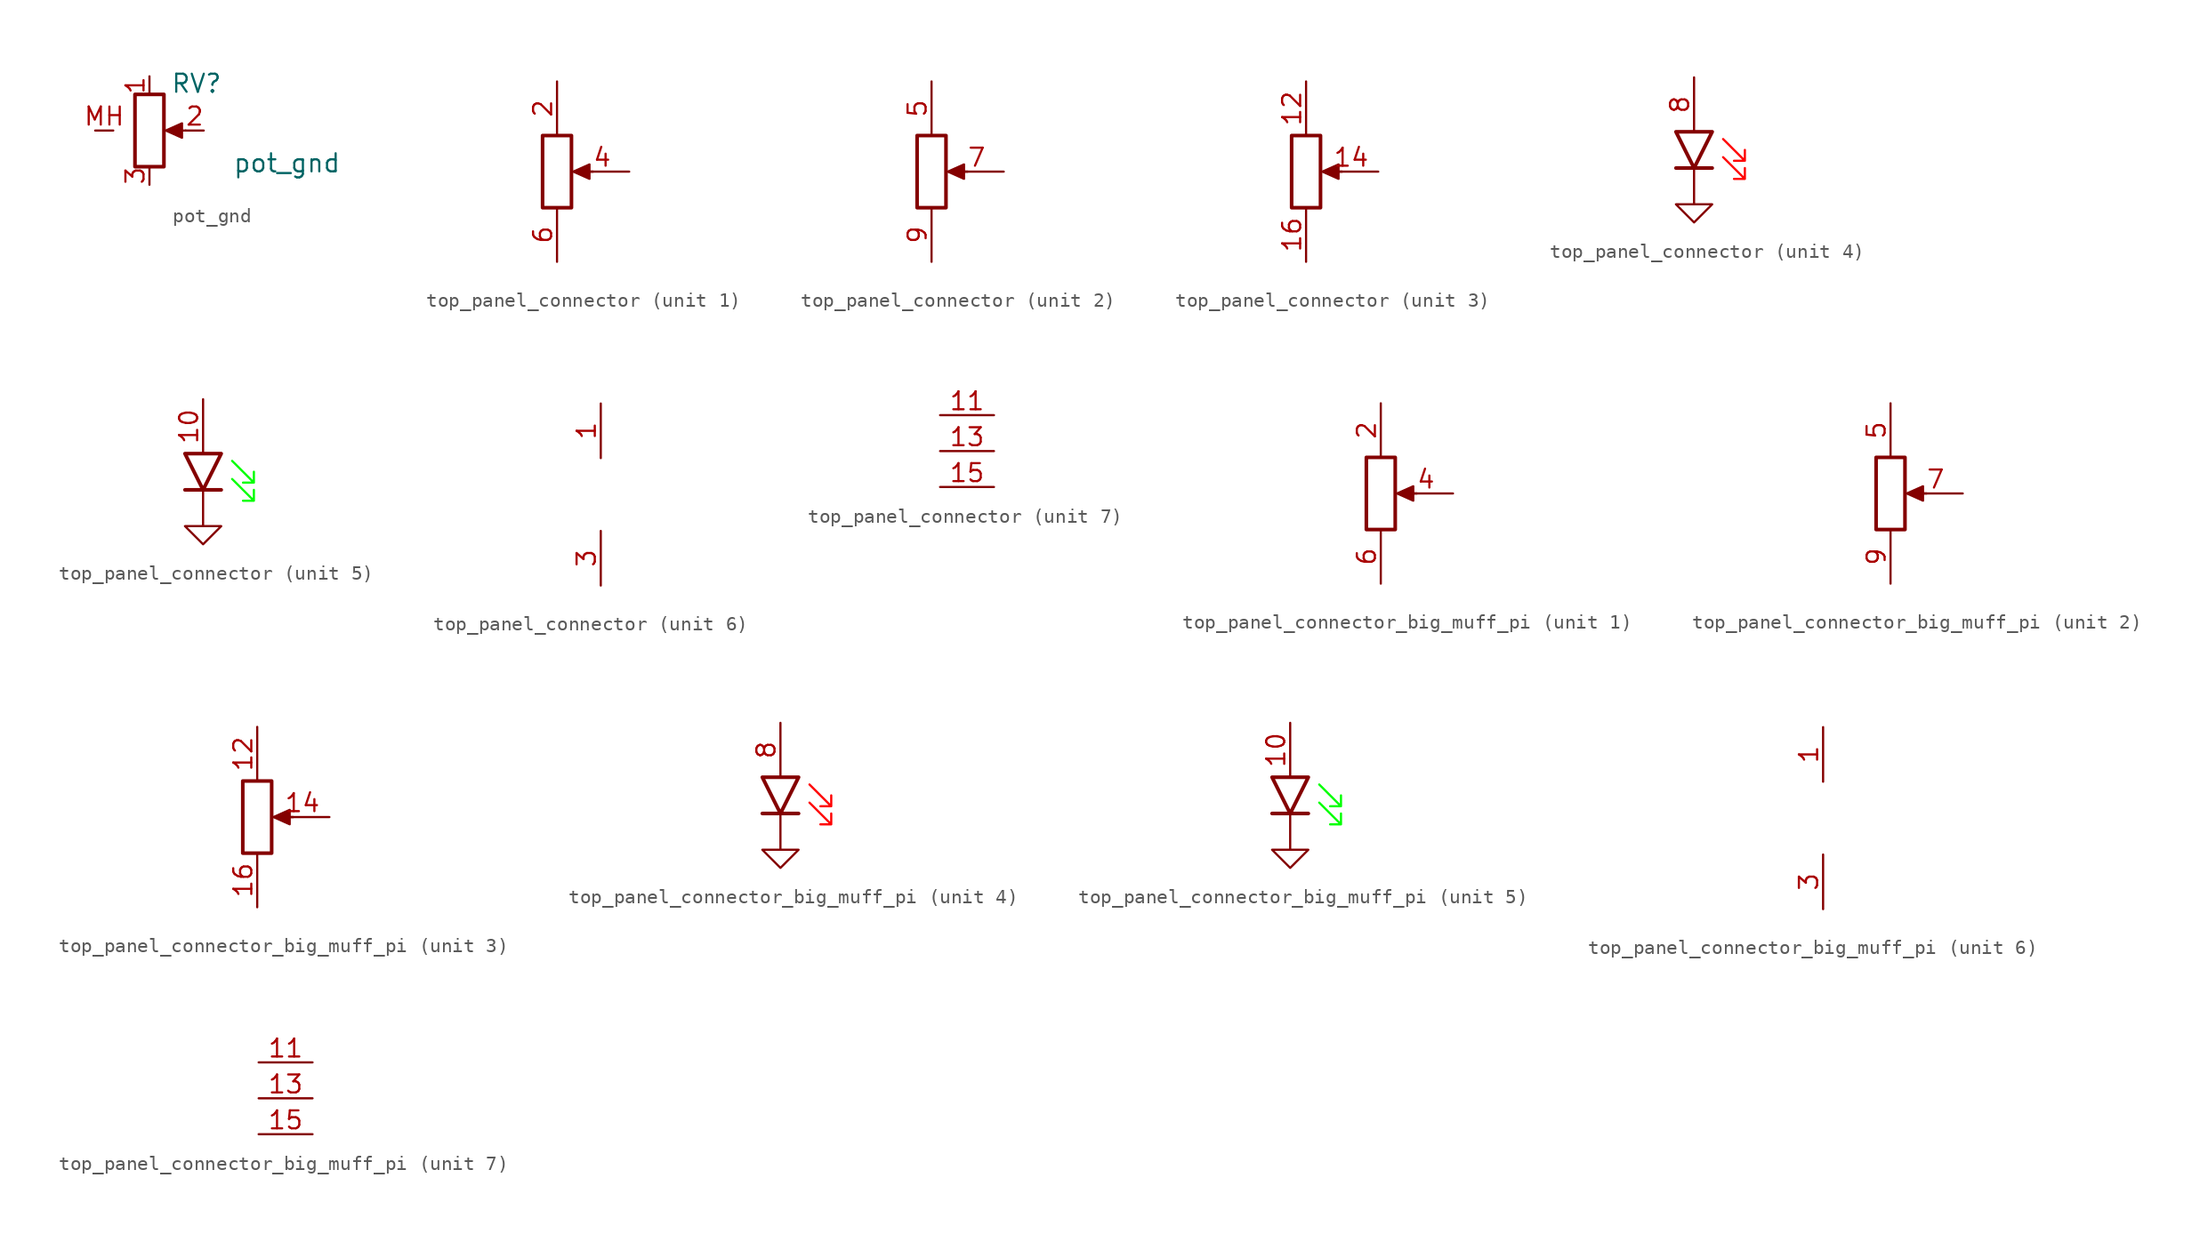
<source format=kicad_sym>
(kicad_symbol_lib
  (version 20241209)
  (generator "kicad_symbol_editor")
  (generator_version "9.0")
  (symbol "pot_gnd"
    (pin_names
      (offset 1.016)
      (hide yes))
    (property "Reference" "RV"
      (at 3.302 3.302 0)
      (effects (font (size 1.27 1.27))))
    (property "Value" "pot_gnd"
      (at 9.652 -2.286 0)
      (effects (font (size 1.27 1.27))))
    (symbol "pot_gnd_0_1"
      (rectangle (start 1.016 2.54) (end -1.016 -2.54) (stroke (width 0.254) (type default)) (fill (type none)))
      (polyline (pts (xy 1.143 0) (xy 2.286 0.508) (xy 2.286 -0.508) (xy 1.143 0)) (stroke (width 0) (type default)) (fill (type outline)))
      (polyline (pts (xy 2.54 0) (xy 1.524 0)) (stroke (width 0) (type default)) (fill (type none))))
    (symbol "pot_gnd_1_1"
      (pin passive line (at -3.81 0 0) (length 1.27) (name "2" (effects (font (size 1.27 1.27)))) (number "MH" (effects (font (size 1.27 1.27)))))
      (pin passive line (at 0 3.81 270) (length 1.27) (name "1" (effects (font (size 1.27 1.27)))) (number "1" (effects (font (size 1.27 1.27)))))
      (pin passive line (at 0 -3.81 90) (length 1.27) (name "3" (effects (font (size 1.27 1.27)))) (number "3" (effects (font (size 1.27 1.27)))))
      (pin passive line (at 3.81 0 180) (length 1.27) (name "2" (effects (font (size 1.27 1.27)))) (number "2" (effects (font (size 1.27 1.27)))))))
  (symbol "top_panel_connector"
    (pin_names
      (offset 1.016)
      (hide yes))
    (property "Reference" "J"
      (at 1.016 8.382 0)
      (effects (font (size 1.27 1.27)) (hide yes)))
    (property "ki_locked" ""
      (at 0 0 0)
      (effects (font (size 1.27 1.27))))
    (symbol "top_panel_connector_1_1"
      (rectangle (start 1.016 2.54) (end -1.016 -2.54) (stroke (width 0.254) (type solid)) (fill (type none)))
      (polyline (pts (xy 1.143 0) (xy 2.286 0.508) (xy 2.286 -0.508) (xy 1.143 0)) (stroke (width 0) (type solid)) (fill (type outline)))
      (polyline (pts (xy 2.54 0) (xy 1.524 0)) (stroke (width 0) (type solid)) (fill (type none)))
      (pin passive line (at 0 6.35 270) (length 3.81) (name "Pin_2" (effects (font (size 1.27 1.27)))) (number "2" (effects (font (size 1.27 1.27)))))
      (pin passive line (at 0 -6.35 90) (length 3.81) (name "Pin_6" (effects (font (size 1.27 1.27)))) (number "6" (effects (font (size 1.27 1.27)))))
      (pin passive line (at 5.08 0 180) (length 3.81) (name "Pin_4" (effects (font (size 1.27 1.27)))) (number "4" (effects (font (size 1.27 1.27))))))
    (symbol "top_panel_connector_2_1"
      (rectangle (start 1.016 2.54) (end -1.016 -2.54) (stroke (width 0.254) (type solid)) (fill (type none)))
      (polyline (pts (xy 1.143 0) (xy 2.286 0.508) (xy 2.286 -0.508) (xy 1.143 0)) (stroke (width 0) (type solid)) (fill (type outline)))
      (polyline (pts (xy 2.54 0) (xy 1.524 0)) (stroke (width 0) (type solid)) (fill (type none)))
      (pin passive line (at 0 6.35 270) (length 3.81) (name "Pin_5" (effects (font (size 1.27 1.27)))) (number "5" (effects (font (size 1.27 1.27)))))
      (pin passive line (at 0 -6.35 90) (length 3.81) (name "Pin_9" (effects (font (size 1.27 1.27)))) (number "9" (effects (font (size 1.27 1.27)))))
      (pin passive line (at 5.08 0 180) (length 3.81) (name "Pin_7" (effects (font (size 1.27 1.27)))) (number "7" (effects (font (size 1.27 1.27))))))
    (symbol "top_panel_connector_3_1"
      (rectangle (start 1.016 2.54) (end -1.016 -2.54) (stroke (width 0.254) (type solid)) (fill (type none)))
      (polyline (pts (xy 1.143 0) (xy 2.286 0.508) (xy 2.286 -0.508) (xy 1.143 0)) (stroke (width 0) (type solid)) (fill (type outline)))
      (polyline (pts (xy 2.54 0) (xy 1.524 0)) (stroke (width 0) (type solid)) (fill (type none)))
      (pin passive line (at 0 6.35 270) (length 3.81) (name "Pin_12" (effects (font (size 1.27 1.27)))) (number "12" (effects (font (size 1.27 1.27)))))
      (pin passive line (at 0 -6.35 90) (length 3.81) (name "Pin_16" (effects (font (size 1.27 1.27)))) (number "16" (effects (font (size 1.27 1.27)))))
      (pin passive line (at 5.08 0 180) (length 3.81) (name "Pin_14" (effects (font (size 1.27 1.27)))) (number "14" (effects (font (size 1.27 1.27))))))
    (symbol "top_panel_connector_4_1"
      (polyline (pts (xy 0 -1.27) (xy 0 -3.81) (xy 1.27 -3.81) (xy 0 -5.08) (xy -1.27 -3.81) (xy 0 -3.81)) (stroke (width 0) (type solid)) (fill (type none)))
      (polyline (pts (xy 1.27 1.27) (xy -1.27 1.27) (xy 0 -1.27) (xy 1.27 1.27)) (stroke (width 0.254) (type solid)) (fill (type none)))
      (polyline (pts (xy 1.27 -1.27) (xy -1.27 -1.27)) (stroke (width 0.254) (type solid)) (fill (type none)))
      (polyline (pts (xy 2.032 0.762) (xy 3.556 -0.762) (xy 3.556 0) (xy 3.556 -0.762) (xy 2.794 -0.762)) (stroke (width 0) (type solid) (color 255 0 0 1)) (fill (type none)))
      (polyline (pts (xy 2.032 -0.508) (xy 3.556 -2.032) (xy 3.556 -1.27) (xy 3.556 -2.032) (xy 2.794 -2.032)) (stroke (width 0) (type solid) (color 255 0 0 1)) (fill (type none)))
      (pin passive line (at 0 5.08 270) (length 3.81) (name "Pin_8" (effects (font (size 1.27 1.27)))) (number "8" (effects (font (size 1.27 1.27))))))
    (symbol "top_panel_connector_5_1"
      (polyline (pts (xy 0 -1.27) (xy 0 -3.81) (xy 1.27 -3.81) (xy 0 -5.08) (xy -1.27 -3.81) (xy 0 -3.81)) (stroke (width 0) (type solid)) (fill (type none)))
      (polyline (pts (xy 1.27 1.27) (xy -1.27 1.27) (xy 0 -1.27) (xy 1.27 1.27)) (stroke (width 0.254) (type solid)) (fill (type none)))
      (polyline (pts (xy 1.27 -1.27) (xy -1.27 -1.27)) (stroke (width 0.254) (type solid)) (fill (type none)))
      (polyline (pts (xy 2.032 0.762) (xy 3.556 -0.762) (xy 3.556 0) (xy 3.556 -0.762) (xy 2.794 -0.762)) (stroke (width 0) (type solid) (color 0 255 0 1)) (fill (type none)))
      (polyline (pts (xy 2.032 -0.508) (xy 3.556 -2.032) (xy 3.556 -1.27) (xy 3.556 -2.032) (xy 2.794 -2.032)) (stroke (width 0) (type solid) (color 0 255 0 1)) (fill (type none)))
      (pin passive line (at 0 5.08 270) (length 3.81) (name "Pin_10" (effects (font (size 1.27 1.27)))) (number "10" (effects (font (size 1.27 1.27))))))
    (symbol "top_panel_connector_6_1"
      (pin passive line (at 0 12.7 270) (length 3.81) (name "VCC" (effects (font (size 1.27 1.27)))) (number "1" (effects (font (size 1.27 1.27)))))
      (pin passive line (at 0 0 90) (length 3.81) (name "GND" (effects (font (size 1.27 1.27)))) (number "3" (effects (font (size 1.27 1.27))))))
    (symbol "top_panel_connector_7_1"
      (pin passive line (at 0 5.08 0) (length 3.81) (name "Pin_11" (effects (font (size 1.27 1.27)))) (number "11" (effects (font (size 1.27 1.27)))))
      (pin passive line (at 0 2.54 0) (length 3.81) (name "Pin_13" (effects (font (size 1.27 1.27)))) (number "13" (effects (font (size 1.27 1.27)))))
      (pin passive line (at 0 0 0) (length 3.81) (name "Pin_15" (effects (font (size 1.27 1.27)))) (number "15" (effects (font (size 1.27 1.27)))))))
  (symbol "top_panel_connector_big_muff_pi"
    (pin_names
      (offset 1.016)
      (hide yes))
    (property "Reference" "J"
      (at 1.016 8.382 0)
      (effects (font (size 1.27 1.27)) (hide yes)))
    (property "ki_locked" ""
      (at 0 0 0)
      (effects (font (size 1.27 1.27))))
    (symbol "top_panel_connector_big_muff_pi_1_1"
      (rectangle (start 1.016 2.54) (end -1.016 -2.54) (stroke (width 0.254) (type solid)) (fill (type none)))
      (polyline (pts (xy 1.143 0) (xy 2.286 0.508) (xy 2.286 -0.508) (xy 1.143 0)) (stroke (width 0) (type solid)) (fill (type outline)))
      (polyline (pts (xy 2.54 0) (xy 1.524 0)) (stroke (width 0) (type solid)) (fill (type none)))
      (pin passive line (at 0 6.35 270) (length 3.81) (name "Pin_2" (effects (font (size 1.27 1.27)))) (number "2" (effects (font (size 1.27 1.27)))))
      (pin passive line (at 0 -6.35 90) (length 3.81) (name "Pin_6" (effects (font (size 1.27 1.27)))) (number "6" (effects (font (size 1.27 1.27)))))
      (pin passive line (at 5.08 0 180) (length 3.81) (name "Pin_4" (effects (font (size 1.27 1.27)))) (number "4" (effects (font (size 1.27 1.27))))))
    (symbol "top_panel_connector_big_muff_pi_2_1"
      (rectangle (start 1.016 2.54) (end -1.016 -2.54) (stroke (width 0.254) (type solid)) (fill (type none)))
      (polyline (pts (xy 1.143 0) (xy 2.286 0.508) (xy 2.286 -0.508) (xy 1.143 0)) (stroke (width 0) (type solid)) (fill (type outline)))
      (polyline (pts (xy 2.54 0) (xy 1.524 0)) (stroke (width 0) (type solid)) (fill (type none)))
      (pin passive line (at 0 6.35 270) (length 3.81) (name "Pin_5" (effects (font (size 1.27 1.27)))) (number "5" (effects (font (size 1.27 1.27)))))
      (pin passive line (at 0 -6.35 90) (length 3.81) (name "Pin_9" (effects (font (size 1.27 1.27)))) (number "9" (effects (font (size 1.27 1.27)))))
      (pin passive line (at 5.08 0 180) (length 3.81) (name "Pin_7" (effects (font (size 1.27 1.27)))) (number "7" (effects (font (size 1.27 1.27))))))
    (symbol "top_panel_connector_big_muff_pi_3_1"
      (rectangle (start 1.016 2.54) (end -1.016 -2.54) (stroke (width 0.254) (type solid)) (fill (type none)))
      (polyline (pts (xy 1.143 0) (xy 2.286 0.508) (xy 2.286 -0.508) (xy 1.143 0)) (stroke (width 0) (type solid)) (fill (type outline)))
      (polyline (pts (xy 2.54 0) (xy 1.524 0)) (stroke (width 0) (type solid)) (fill (type none)))
      (pin passive line (at 0 6.35 270) (length 3.81) (name "Pin_12" (effects (font (size 1.27 1.27)))) (number "12" (effects (font (size 1.27 1.27)))))
      (pin passive line (at 0 -6.35 90) (length 3.81) (name "Pin_16" (effects (font (size 1.27 1.27)))) (number "16" (effects (font (size 1.27 1.27)))))
      (pin passive line (at 5.08 0 180) (length 3.81) (name "Pin_14" (effects (font (size 1.27 1.27)))) (number "14" (effects (font (size 1.27 1.27))))))
    (symbol "top_panel_connector_big_muff_pi_4_1"
      (polyline (pts (xy 0 -1.27) (xy 0 -3.81) (xy 1.27 -3.81) (xy 0 -5.08) (xy -1.27 -3.81) (xy 0 -3.81)) (stroke (width 0) (type solid)) (fill (type none)))
      (polyline (pts (xy 1.27 1.27) (xy -1.27 1.27) (xy 0 -1.27) (xy 1.27 1.27)) (stroke (width 0.254) (type solid)) (fill (type none)))
      (polyline (pts (xy 1.27 -1.27) (xy -1.27 -1.27)) (stroke (width 0.254) (type solid)) (fill (type none)))
      (polyline (pts (xy 2.032 0.762) (xy 3.556 -0.762) (xy 3.556 0) (xy 3.556 -0.762) (xy 2.794 -0.762)) (stroke (width 0) (type solid) (color 255 0 0 1)) (fill (type none)))
      (polyline (pts (xy 2.032 -0.508) (xy 3.556 -2.032) (xy 3.556 -1.27) (xy 3.556 -2.032) (xy 2.794 -2.032)) (stroke (width 0) (type solid) (color 255 0 0 1)) (fill (type none)))
      (pin passive line (at 0 5.08 270) (length 3.81) (name "Pin_8" (effects (font (size 1.27 1.27)))) (number "8" (effects (font (size 1.27 1.27))))))
    (symbol "top_panel_connector_big_muff_pi_5_1"
      (polyline (pts (xy 0 -1.27) (xy 0 -3.81) (xy 1.27 -3.81) (xy 0 -5.08) (xy -1.27 -3.81) (xy 0 -3.81)) (stroke (width 0) (type solid)) (fill (type none)))
      (polyline (pts (xy 1.27 1.27) (xy -1.27 1.27) (xy 0 -1.27) (xy 1.27 1.27)) (stroke (width 0.254) (type solid)) (fill (type none)))
      (polyline (pts (xy 1.27 -1.27) (xy -1.27 -1.27)) (stroke (width 0.254) (type solid)) (fill (type none)))
      (polyline (pts (xy 2.032 0.762) (xy 3.556 -0.762) (xy 3.556 0) (xy 3.556 -0.762) (xy 2.794 -0.762)) (stroke (width 0) (type solid) (color 0 255 0 1)) (fill (type none)))
      (polyline (pts (xy 2.032 -0.508) (xy 3.556 -2.032) (xy 3.556 -1.27) (xy 3.556 -2.032) (xy 2.794 -2.032)) (stroke (width 0) (type solid) (color 0 255 0 1)) (fill (type none)))
      (pin passive line (at 0 5.08 270) (length 3.81) (name "Pin_10" (effects (font (size 1.27 1.27)))) (number "10" (effects (font (size 1.27 1.27))))))
    (symbol "top_panel_connector_big_muff_pi_6_1"
      (pin passive line (at 0 12.7 270) (length 3.81) (name "VCC" (effects (font (size 1.27 1.27)))) (number "1" (effects (font (size 1.27 1.27)))))
      (pin passive line (at 0 0 90) (length 3.81) (name "GND" (effects (font (size 1.27 1.27)))) (number "3" (effects (font (size 1.27 1.27))))))
    (symbol "top_panel_connector_big_muff_pi_7_1"
      (pin passive line (at 0 5.08 0) (length 3.81) (name "Pin_11" (effects (font (size 1.27 1.27)))) (number "11" (effects (font (size 1.27 1.27)))))
      (pin passive line (at 0 2.54 0) (length 3.81) (name "Pin_13" (effects (font (size 1.27 1.27)))) (number "13" (effects (font (size 1.27 1.27)))))
      (pin passive line (at 0 0 0) (length 3.81) (name "Pin_15" (effects (font (size 1.27 1.27)))) (number "15" (effects (font (size 1.27 1.27))))))))
</source>
